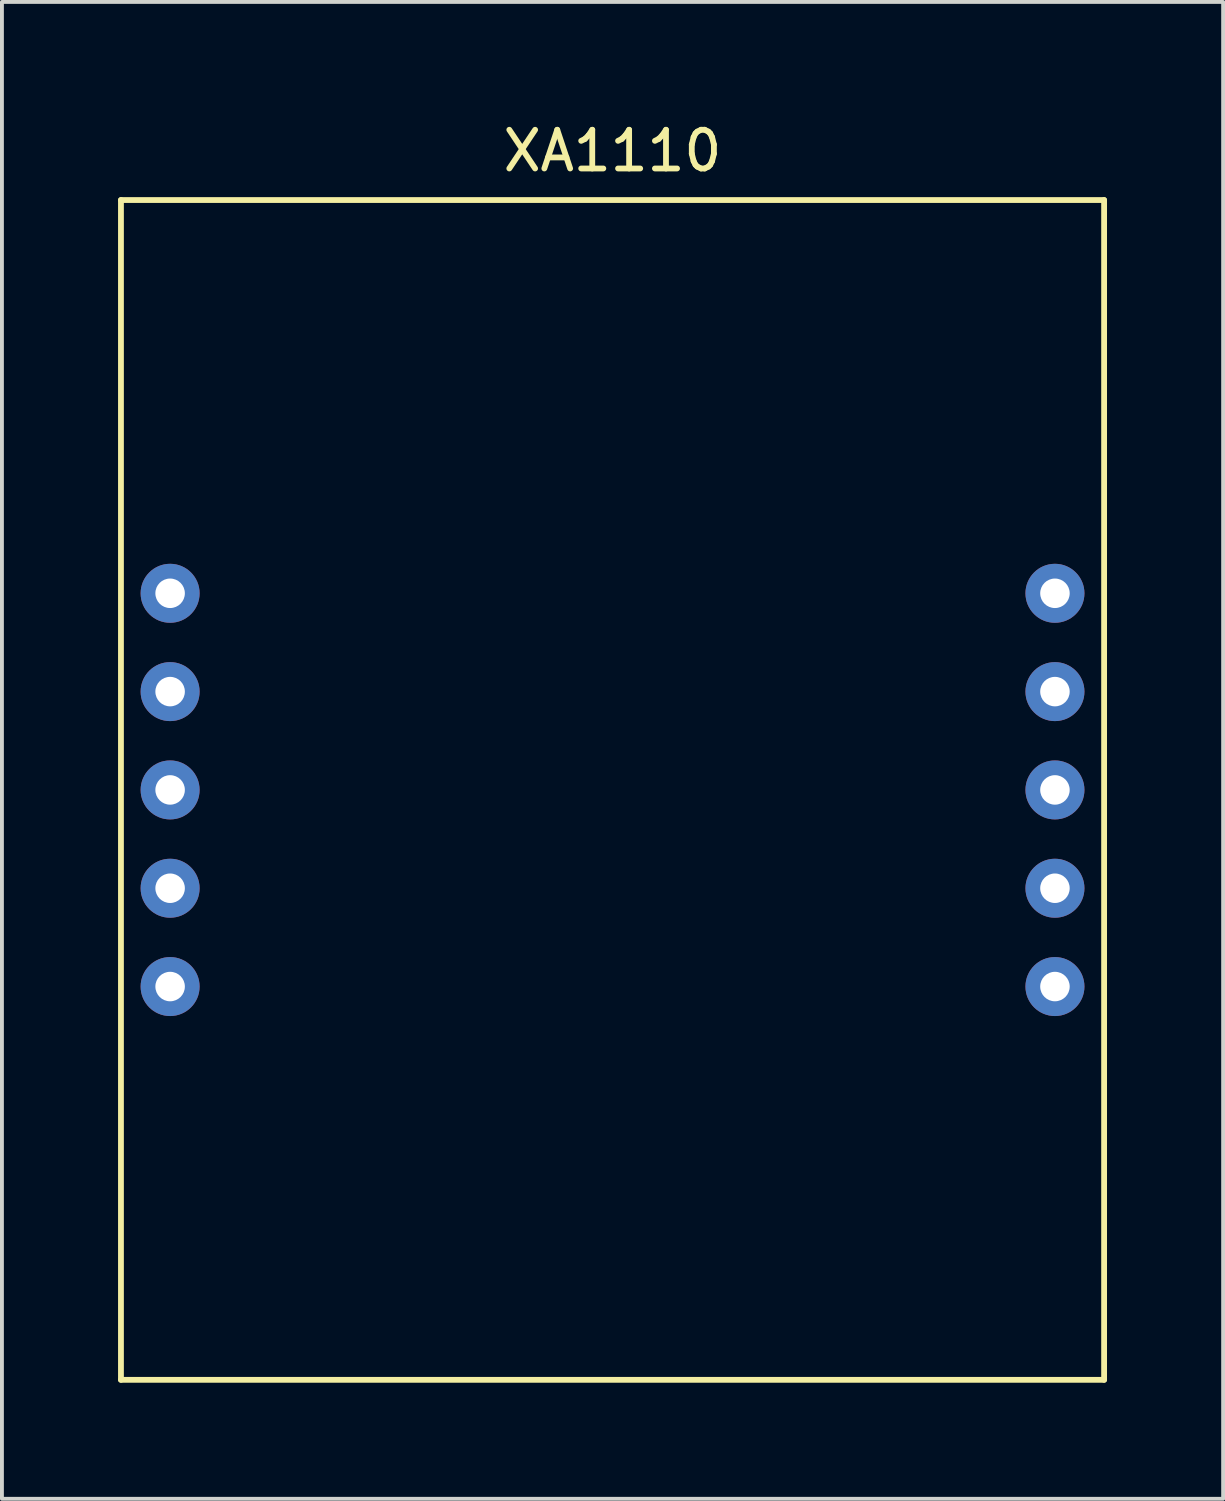
<source format=kicad_pcb>
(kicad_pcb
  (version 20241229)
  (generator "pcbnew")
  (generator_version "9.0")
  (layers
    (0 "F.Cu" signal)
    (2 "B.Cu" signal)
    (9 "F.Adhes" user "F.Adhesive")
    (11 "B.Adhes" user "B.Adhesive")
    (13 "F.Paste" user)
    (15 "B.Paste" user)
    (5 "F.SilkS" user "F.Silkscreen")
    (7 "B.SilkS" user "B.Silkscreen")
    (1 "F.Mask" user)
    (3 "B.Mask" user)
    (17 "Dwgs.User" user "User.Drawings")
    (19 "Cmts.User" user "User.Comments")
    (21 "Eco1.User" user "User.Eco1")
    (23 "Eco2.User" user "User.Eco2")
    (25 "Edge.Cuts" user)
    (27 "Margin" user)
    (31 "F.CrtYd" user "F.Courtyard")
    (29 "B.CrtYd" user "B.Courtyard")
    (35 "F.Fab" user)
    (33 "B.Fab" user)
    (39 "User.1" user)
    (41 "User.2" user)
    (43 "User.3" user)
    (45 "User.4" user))
  (footprint "XA1110"
    (layer "F.Cu")
    (at 12.775 17.358)
    (property "Reference" "XA1110" (at 0 -16.51 0) (layer "F.SilkS") (effects (font (size 1 1) (thickness 0.15))))
    (attr through_hole)
    (fp_line (start -12.7 -15.24) (end -12.7 15.24) (stroke (width 0.15) (type solid)) (layer "F.SilkS"))
    (fp_line (start -12.7 -15.24) (end 12.7 -15.24) (stroke (width 0.15) (type solid)) (layer "F.SilkS"))
    (fp_line (start -12.7 15.24) (end 12.7 15.24) (stroke (width 0.15) (type solid)) (layer "F.SilkS"))
    (fp_line (start 12.7 15.24) (end 12.7 -15.24) (stroke (width 0.15) (type solid)) (layer "F.SilkS"))
    (pad "1" thru_hole circle (at -11.43 -5.08) (size 1.524 1.524) (drill 0.762) (layers "*.Cu" "*.Mask"))
    (pad "2" thru_hole circle (at -11.43 -2.54) (size 1.524 1.524) (drill 0.762) (layers "*.Cu" "*.Mask"))
    (pad "3" thru_hole circle (at -11.43 0) (size 1.524 1.524) (drill 0.762) (layers "*.Cu" "*.Mask"))
    (pad "4" thru_hole circle (at -11.43 2.54) (size 1.524 1.524) (drill 0.762) (layers "*.Cu" "*.Mask"))
    (pad "5" thru_hole circle (at -11.43 5.08) (size 1.524 1.524) (drill 0.762) (layers "*.Cu" "*.Mask"))
    (pad "6" thru_hole circle (at 11.43 5.08) (size 1.524 1.524) (drill 0.762) (layers "*.Cu" "*.Mask"))
    (pad "7" thru_hole circle (at 11.43 2.54) (size 1.524 1.524) (drill 0.762) (layers "*.Cu" "*.Mask"))
    (pad "8" thru_hole circle (at 11.43 0) (size 1.524 1.524) (drill 0.762) (layers "*.Cu" "*.Mask"))
    (pad "9" thru_hole circle (at 11.43 -2.54) (size 1.524 1.524) (drill 0.762) (layers "*.Cu" "*.Mask"))
    (pad "10" thru_hole circle (at 11.43 -5.08) (size 1.524 1.524) (drill 0.762) (layers "*.Cu" "*.Mask")))
  (gr_rect
    (start -3 -3)
    (end 28.55 35.673)
    (stroke (width 0.1) (type default))
    (fill no)
    (layer "Edge.Cuts")))
</source>
